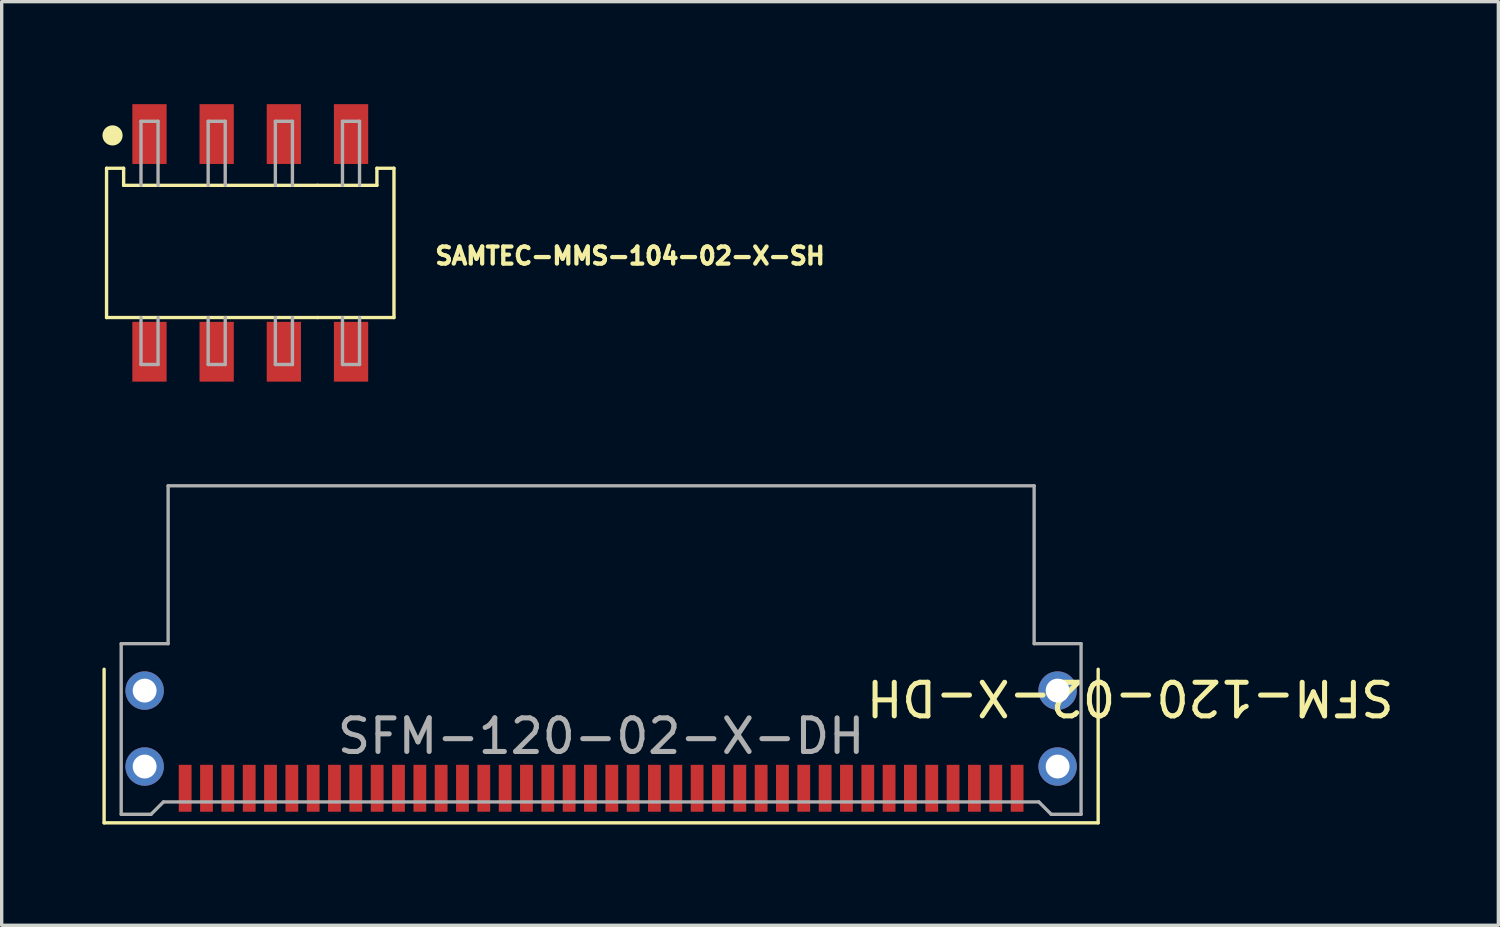
<source format=kicad_pcb>
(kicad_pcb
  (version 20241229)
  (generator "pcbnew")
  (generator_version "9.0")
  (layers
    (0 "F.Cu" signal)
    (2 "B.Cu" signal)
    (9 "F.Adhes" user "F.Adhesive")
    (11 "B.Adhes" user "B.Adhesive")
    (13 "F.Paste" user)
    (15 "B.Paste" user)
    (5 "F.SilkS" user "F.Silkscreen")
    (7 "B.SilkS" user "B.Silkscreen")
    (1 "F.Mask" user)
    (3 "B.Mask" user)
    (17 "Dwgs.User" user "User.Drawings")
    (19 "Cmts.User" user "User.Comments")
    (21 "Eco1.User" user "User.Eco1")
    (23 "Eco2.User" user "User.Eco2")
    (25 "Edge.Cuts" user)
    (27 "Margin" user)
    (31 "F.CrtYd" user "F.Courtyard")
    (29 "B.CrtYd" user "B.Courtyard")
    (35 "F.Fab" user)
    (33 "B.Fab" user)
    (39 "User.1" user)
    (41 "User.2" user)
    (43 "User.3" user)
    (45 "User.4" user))
  (footprint "SFM-120-02-X-DH"
    (layer "F.Cu")
    (at 14.845 16.365)
    (property "Reference" "SFM-120-02-X-DH" (at 15.75 1.35 180) (unlocked yes) (layer "F.SilkS") (effects (font (size 1 1) (thickness 0.15))))
    (fp_line (start -14.796 0.508) (end -14.796 5.08) (stroke (width 0.1) (type solid)) (layer "F.SilkS"))
    (fp_line (start 14.796 5.08) (end -14.796 5.08) (stroke (width 0.1) (type solid)) (layer "F.SilkS"))
    (fp_line (start 14.796 5.08) (end 14.796 0.508) (stroke (width 0.1) (type solid)) (layer "F.SilkS"))
    (fp_line (start -14.287 -0.254) (end -14.287 4.826) (stroke (width 0.1) (type solid)) (layer "F.Fab"))
    (fp_line (start -14.287 -0.254) (end -12.89 -0.254) (stroke (width 0.1) (type solid)) (layer "F.Fab"))
    (fp_line (start -14.287 4.826) (end -13.399 4.826) (stroke (width 0.1) (type solid)) (layer "F.Fab"))
    (fp_line (start -13.03 4.458) (end -13.399 4.826) (stroke (width 0.1) (type solid)) (layer "F.Fab"))
    (fp_line (start -12.89 -4.953) (end 12.89 -4.953) (stroke (width 0.1) (type solid)) (layer "F.Fab"))
    (fp_line (start -12.89 -0.254) (end -12.89 -4.953) (stroke (width 0.1) (type solid)) (layer "F.Fab"))
    (fp_line (start 12.89 -0.254) (end 12.89 -4.953) (stroke (width 0.1) (type solid)) (layer "F.Fab"))
    (fp_line (start 12.89 -0.254) (end 14.287 -0.254) (stroke (width 0.1) (type solid)) (layer "F.Fab"))
    (fp_line (start 13.03 4.458) (end -13.03 4.458) (stroke (width 0.1) (type solid)) (layer "F.Fab"))
    (fp_line (start 13.03 4.458) (end 13.399 4.826) (stroke (width 0.1) (type solid)) (layer "F.Fab"))
    (fp_line (start 14.287 -0.254) (end 14.287 4.826) (stroke (width 0.1) (type solid)) (layer "F.Fab"))
    (fp_line (start 14.287 4.826) (end 13.399 4.826) (stroke (width 0.1) (type solid)) (layer "F.Fab"))
    (fp_text user "${REFERENCE}" (at 0 2.5 0) (unlocked yes) (layer "F.Fab") (effects (font (size 1 1) (thickness 0.15))))
    (pad "1" smd rect (at -12.383 4.051) (size 0.381 1.397) (layers "F.Cu" "F.Mask" "F.Paste"))
    (pad "2" smd rect (at -11.748 4.051) (size 0.381 1.397) (layers "F.Cu" "F.Mask" "F.Paste"))
    (pad "3" smd rect (at -11.113 4.051) (size 0.381 1.397) (layers "F.Cu" "F.Mask" "F.Paste"))
    (pad "4" smd rect (at -10.477 4.051) (size 0.381 1.397) (layers "F.Cu" "F.Mask" "F.Paste"))
    (pad "5" smd rect (at -9.842 4.051) (size 0.381 1.397) (layers "F.Cu" "F.Mask" "F.Paste"))
    (pad "6" smd rect (at -9.207 4.051) (size 0.381 1.397) (layers "F.Cu" "F.Mask" "F.Paste"))
    (pad "7" smd rect (at -8.572 4.051) (size 0.381 1.397) (layers "F.Cu" "F.Mask" "F.Paste"))
    (pad "8" smd rect (at -7.938 4.051) (size 0.381 1.397) (layers "F.Cu" "F.Mask" "F.Paste"))
    (pad "9" smd rect (at -7.303 4.051) (size 0.381 1.397) (layers "F.Cu" "F.Mask" "F.Paste"))
    (pad "10" smd rect (at -6.668 4.051) (size 0.381 1.397) (layers "F.Cu" "F.Mask" "F.Paste"))
    (pad "11" smd rect (at -6.032 4.051) (size 0.381 1.397) (layers "F.Cu" "F.Mask" "F.Paste"))
    (pad "12" smd rect (at -5.397 4.051) (size 0.381 1.397) (layers "F.Cu" "F.Mask" "F.Paste"))
    (pad "13" smd rect (at -4.763 4.051) (size 0.381 1.397) (layers "F.Cu" "F.Mask" "F.Paste"))
    (pad "14" smd rect (at -4.128 4.051) (size 0.381 1.397) (layers "F.Cu" "F.Mask" "F.Paste"))
    (pad "15" smd rect (at -3.493 4.051) (size 0.381 1.397) (layers "F.Cu" "F.Mask" "F.Paste"))
    (pad "16" smd rect (at -2.857 4.051) (size 0.381 1.397) (layers "F.Cu" "F.Mask" "F.Paste"))
    (pad "17" smd rect (at -2.223 4.051) (size 0.381 1.397) (layers "F.Cu" "F.Mask" "F.Paste"))
    (pad "18" smd rect (at -1.587 4.051) (size 0.381 1.397) (layers "F.Cu" "F.Mask" "F.Paste"))
    (pad "19" smd rect (at -0.953 4.051) (size 0.381 1.397) (layers "F.Cu" "F.Mask" "F.Paste"))
    (pad "20" smd rect (at -0.318 4.051) (size 0.381 1.397) (layers "F.Cu" "F.Mask" "F.Paste"))
    (pad "21" smd rect (at 0.318 4.051) (size 0.381 1.397) (layers "F.Cu" "F.Mask" "F.Paste"))
    (pad "22" smd rect (at 0.953 4.051) (size 0.381 1.397) (layers "F.Cu" "F.Mask" "F.Paste"))
    (pad "23" smd rect (at 1.587 4.051) (size 0.381 1.397) (layers "F.Cu" "F.Mask" "F.Paste"))
    (pad "24" smd rect (at 2.223 4.051) (size 0.381 1.397) (layers "F.Cu" "F.Mask" "F.Paste"))
    (pad "25" smd rect (at 2.857 4.051) (size 0.381 1.397) (layers "F.Cu" "F.Mask" "F.Paste"))
    (pad "26" smd rect (at 3.493 4.051) (size 0.381 1.397) (layers "F.Cu" "F.Mask" "F.Paste"))
    (pad "27" smd rect (at 4.128 4.051) (size 0.381 1.397) (layers "F.Cu" "F.Mask" "F.Paste"))
    (pad "28" smd rect (at 4.763 4.051) (size 0.381 1.397) (layers "F.Cu" "F.Mask" "F.Paste"))
    (pad "29" smd rect (at 5.397 4.051) (size 0.381 1.397) (layers "F.Cu" "F.Mask" "F.Paste"))
    (pad "30" smd rect (at 6.032 4.051) (size 0.381 1.397) (layers "F.Cu" "F.Mask" "F.Paste"))
    (pad "31" smd rect (at 6.668 4.051) (size 0.381 1.397) (layers "F.Cu" "F.Mask" "F.Paste"))
    (pad "32" smd rect (at 7.303 4.051) (size 0.381 1.397) (layers "F.Cu" "F.Mask" "F.Paste"))
    (pad "33" smd rect (at 7.938 4.051) (size 0.381 1.397) (layers "F.Cu" "F.Mask" "F.Paste"))
    (pad "34" smd rect (at 8.572 4.051) (size 0.381 1.397) (layers "F.Cu" "F.Mask" "F.Paste"))
    (pad "35" smd rect (at 9.207 4.051) (size 0.381 1.397) (layers "F.Cu" "F.Mask" "F.Paste"))
    (pad "36" smd rect (at 9.842 4.051) (size 0.381 1.397) (layers "F.Cu" "F.Mask" "F.Paste"))
    (pad "37" smd rect (at 10.477 4.051) (size 0.381 1.397) (layers "F.Cu" "F.Mask" "F.Paste"))
    (pad "38" smd rect (at 11.113 4.051) (size 0.381 1.397) (layers "F.Cu" "F.Mask" "F.Paste"))
    (pad "39" smd rect (at 11.748 4.051) (size 0.381 1.397) (layers "F.Cu" "F.Mask" "F.Paste"))
    (pad "40" smd rect (at 12.383 4.051) (size 0.381 1.397) (layers "F.Cu" "F.Mask" "F.Paste"))
    (pad "G1" thru_hole circle (at -13.589 1.143) (size 1.143 1.143) (drill 0.711) (layers "*.Cu" "*.Mask"))
    (pad "G2" thru_hole circle (at 13.589 1.143) (size 1.143 1.143) (drill 0.711) (layers "*.Cu" "*.Mask"))
    (pad "G3" thru_hole circle (at -13.589 3.404) (size 1.143 1.143) (drill 0.711) (layers "*.Cu" "*.Mask"))
    (pad "G4" thru_hole circle (at 13.589 3.404) (size 1.143 1.143) (drill 0.711) (layers "*.Cu" "*.Mask")))
  (footprint "SAMTEC-MMS-104-02-X-SH"
    (layer "F.Cu")
    (at 4.4 4.181)
    (property "Reference" "SAMTEC-MMS-104-02-X-SH" (at 5.441 0.684 0) (layer "F.SilkS") (effects (font (size 0.508 0.508) (thickness 0.127)) (justify left bottom)))
    (fp_poly (pts (xy -3.561 -2.299) (xy -2.439 -2.299) (xy -2.439 -4.181) (xy -3.561 -4.181)) (stroke (width 0) (type default)) (fill yes) (layer "F.Mask"))
    (fp_poly (pts (xy -3.561 4.181) (xy -2.439 4.181) (xy -2.439 2.299) (xy -3.561 2.299)) (stroke (width 0) (type default)) (fill yes) (layer "F.Mask"))
    (fp_poly (pts (xy -1.561 -2.299) (xy -0.439 -2.299) (xy -0.439 -4.181) (xy -1.561 -4.181)) (stroke (width 0) (type default)) (fill yes) (layer "F.Mask"))
    (fp_poly (pts (xy -1.561 4.181) (xy -0.439 4.181) (xy -0.439 2.299) (xy -1.561 2.299)) (stroke (width 0) (type default)) (fill yes) (layer "F.Mask"))
    (fp_poly (pts (xy 0.439 -2.299) (xy 1.561 -2.299) (xy 1.561 -4.181) (xy 0.439 -4.181)) (stroke (width 0) (type default)) (fill yes) (layer "F.Mask"))
    (fp_poly (pts (xy 0.439 4.181) (xy 1.561 4.181) (xy 1.561 2.299) (xy 0.439 2.299)) (stroke (width 0) (type default)) (fill yes) (layer "F.Mask"))
    (fp_poly (pts (xy 2.439 -2.299) (xy 3.561 -2.299) (xy 3.561 -4.181) (xy 2.439 -4.181)) (stroke (width 0) (type default)) (fill yes) (layer "F.Mask"))
    (fp_poly (pts (xy 2.439 4.181) (xy 3.561 4.181) (xy 3.561 2.299) (xy 2.439 2.299)) (stroke (width 0) (type default)) (fill yes) (layer "F.Mask"))
    (fp_line (start -4.278 -2.222) (end -3.77 -2.222) (stroke (width 0.1) (type solid)) (layer "F.SilkS"))
    (fp_line (start -4.278 2.222) (end -4.278 -2.222) (stroke (width 0.1) (type solid)) (layer "F.SilkS"))
    (fp_line (start -3.77 -2.222) (end -3.77 -1.714) (stroke (width 0.1) (type solid)) (layer "F.SilkS"))
    (fp_line (start 1.999 2.222) (end 4.278 2.222) (stroke (width 0.1) (type solid)) (layer "F.SilkS"))
    (fp_line (start 2.001 -1.714) (end -3.77 -1.714) (stroke (width 0.1) (type solid)) (layer "F.SilkS"))
    (fp_line (start 2.001 2.222) (end -4.278 2.222) (stroke (width 0.1) (type solid)) (layer "F.SilkS"))
    (fp_line (start 3.77 -2.222) (end 3.77 -1.714) (stroke (width 0.1) (type solid)) (layer "F.SilkS"))
    (fp_line (start 3.77 -1.714) (end 1.999 -1.714) (stroke (width 0.1) (type solid)) (layer "F.SilkS"))
    (fp_line (start 4.278 -2.222) (end 3.77 -2.222) (stroke (width 0.1) (type solid)) (layer "F.SilkS"))
    (fp_line (start 4.278 2.222) (end 4.278 -2.222) (stroke (width 0.1) (type solid)) (layer "F.SilkS"))
    (fp_circle (center -4.1 -3.2) (end -3.95 -3.2) (stroke (width 0.3) (type solid)) (fill yes) (layer "F.SilkS"))
    (fp_poly (pts (xy -3.51 -2.35) (xy -2.49 -2.35) (xy -2.49 -4.13) (xy -3.51 -4.13)) (stroke (width 0) (type default)) (fill yes) (layer "F.Paste"))
    (fp_poly (pts (xy -3.51 4.13) (xy -2.49 4.13) (xy -2.49 2.35) (xy -3.51 2.35)) (stroke (width 0) (type default)) (fill yes) (layer "F.Paste"))
    (fp_poly (pts (xy -1.51 -2.35) (xy -0.49 -2.35) (xy -0.49 -4.13) (xy -1.51 -4.13)) (stroke (width 0) (type default)) (fill yes) (layer "F.Paste"))
    (fp_poly (pts (xy -1.51 4.13) (xy -0.49 4.13) (xy -0.49 2.35) (xy -1.51 2.35)) (stroke (width 0) (type default)) (fill yes) (layer "F.Paste"))
    (fp_poly (pts (xy 0.49 -2.35) (xy 1.51 -2.35) (xy 1.51 -4.13) (xy 0.49 -4.13)) (stroke (width 0) (type default)) (fill yes) (layer "F.Paste"))
    (fp_poly (pts (xy 0.49 4.13) (xy 1.51 4.13) (xy 1.51 2.35) (xy 0.49 2.35)) (stroke (width 0) (type default)) (fill yes) (layer "F.Paste"))
    (fp_poly (pts (xy 2.49 -2.35) (xy 3.51 -2.35) (xy 3.51 -4.13) (xy 2.49 -4.13)) (stroke (width 0) (type default)) (fill yes) (layer "F.Paste"))
    (fp_poly (pts (xy 2.49 4.13) (xy 3.51 4.13) (xy 3.51 2.35) (xy 2.49 2.35)) (stroke (width 0) (type default)) (fill yes) (layer "F.Paste"))
    (fp_line (start -3.253 -3.62) (end -2.745 -3.62) (stroke (width 0.1) (type solid)) (layer "F.Fab"))
    (fp_line (start -3.253 -1.714) (end -3.253 -3.62) (stroke (width 0.1) (type solid)) (layer "F.Fab"))
    (fp_line (start -3.253 2.222) (end -3.253 3.62) (stroke (width 0.1) (type solid)) (layer "F.Fab"))
    (fp_line (start -3.253 3.62) (end -2.745 3.62) (stroke (width 0.1) (type solid)) (layer "F.Fab"))
    (fp_line (start -2.745 -3.62) (end -2.745 -1.714) (stroke (width 0.1) (type solid)) (layer "F.Fab"))
    (fp_line (start -2.745 3.62) (end -2.745 2.222) (stroke (width 0.1) (type solid)) (layer "F.Fab"))
    (fp_line (start -1.253 -3.62) (end -0.745 -3.62) (stroke (width 0.1) (type solid)) (layer "F.Fab"))
    (fp_line (start -1.253 -1.714) (end -1.253 -3.62) (stroke (width 0.1) (type solid)) (layer "F.Fab"))
    (fp_line (start -1.253 2.222) (end -1.253 3.62) (stroke (width 0.1) (type solid)) (layer "F.Fab"))
    (fp_line (start -1.253 3.62) (end -0.745 3.62) (stroke (width 0.1) (type solid)) (layer "F.Fab"))
    (fp_line (start -0.745 -3.62) (end -0.745 -1.714) (stroke (width 0.1) (type solid)) (layer "F.Fab"))
    (fp_line (start -0.745 3.62) (end -0.745 2.222) (stroke (width 0.1) (type solid)) (layer "F.Fab"))
    (fp_line (start 0.747 -3.62) (end 1.255 -3.62) (stroke (width 0.1) (type solid)) (layer "F.Fab"))
    (fp_line (start 0.747 -1.714) (end 0.747 -3.62) (stroke (width 0.1) (type solid)) (layer "F.Fab"))
    (fp_line (start 0.747 2.222) (end 0.747 3.62) (stroke (width 0.1) (type solid)) (layer "F.Fab"))
    (fp_line (start 0.747 3.62) (end 1.255 3.62) (stroke (width 0.1) (type solid)) (layer "F.Fab"))
    (fp_line (start 1.255 -3.62) (end 1.255 -1.714) (stroke (width 0.1) (type solid)) (layer "F.Fab"))
    (fp_line (start 1.255 3.62) (end 1.255 2.222) (stroke (width 0.1) (type solid)) (layer "F.Fab"))
    (fp_line (start 2.745 -3.62) (end 2.745 -1.714) (stroke (width 0.1) (type solid)) (layer "F.Fab"))
    (fp_line (start 2.745 3.62) (end 2.745 2.222) (stroke (width 0.1) (type solid)) (layer "F.Fab"))
    (fp_line (start 3.253 -3.62) (end 2.745 -3.62) (stroke (width 0.1) (type solid)) (layer "F.Fab"))
    (fp_line (start 3.253 -1.714) (end 3.253 -3.62) (stroke (width 0.1) (type solid)) (layer "F.Fab"))
    (fp_line (start 3.253 2.222) (end 3.253 3.62) (stroke (width 0.1) (type solid)) (layer "F.Fab"))
    (fp_line (start 3.253 3.62) (end 2.745 3.62) (stroke (width 0.1) (type solid)) (layer "F.Fab"))
    (pad "1A" smd rect (at -3 -3.24) (size 1.02 1.78) (layers "F.Cu" "F.Paste"))
    (pad "1B" smd rect (at -3 3.24) (size 1.02 1.78) (layers "F.Cu" "F.Paste"))
    (pad "2A" smd rect (at -1 -3.24) (size 1.02 1.78) (layers "F.Cu" "F.Paste"))
    (pad "2B" smd rect (at -1 3.24) (size 1.02 1.78) (layers "F.Cu" "F.Paste"))
    (pad "3A" smd rect (at 1 -3.24) (size 1.02 1.78) (layers "F.Cu" "F.Paste"))
    (pad "3B" smd rect (at 1 3.24) (size 1.02 1.78) (layers "F.Cu" "F.Paste"))
    (pad "4A" smd rect (at 3 -3.24) (size 1.02 1.78) (layers "F.Cu" "F.Paste"))
    (pad "4B" smd rect (at 3 3.24) (size 1.02 1.78) (layers "F.Cu" "F.Paste")))
  (gr_rect
    (start -3 -3)
    (end 41.554 24.495)
    (stroke (width 0.1) (type default))
    (fill no)
    (layer "Edge.Cuts")))
</source>
